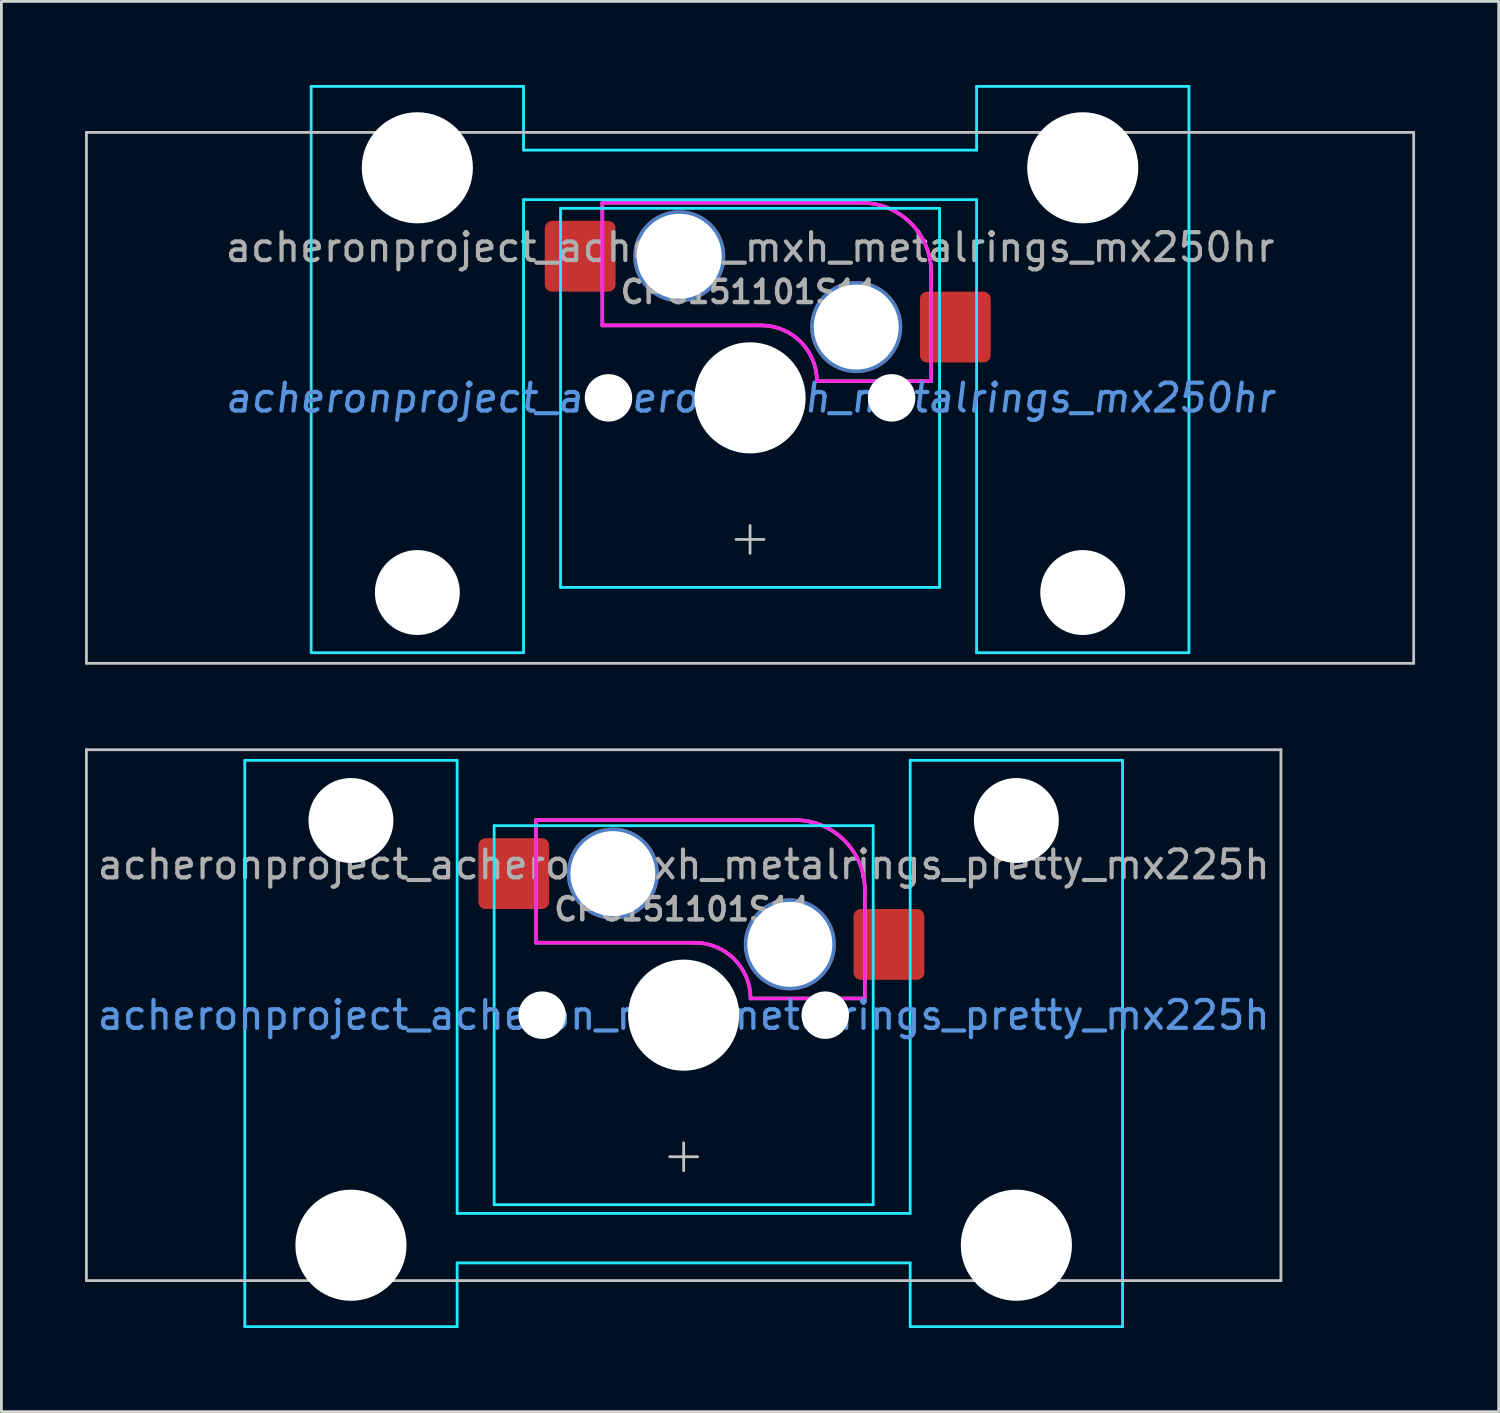
<source format=kicad_pcb>
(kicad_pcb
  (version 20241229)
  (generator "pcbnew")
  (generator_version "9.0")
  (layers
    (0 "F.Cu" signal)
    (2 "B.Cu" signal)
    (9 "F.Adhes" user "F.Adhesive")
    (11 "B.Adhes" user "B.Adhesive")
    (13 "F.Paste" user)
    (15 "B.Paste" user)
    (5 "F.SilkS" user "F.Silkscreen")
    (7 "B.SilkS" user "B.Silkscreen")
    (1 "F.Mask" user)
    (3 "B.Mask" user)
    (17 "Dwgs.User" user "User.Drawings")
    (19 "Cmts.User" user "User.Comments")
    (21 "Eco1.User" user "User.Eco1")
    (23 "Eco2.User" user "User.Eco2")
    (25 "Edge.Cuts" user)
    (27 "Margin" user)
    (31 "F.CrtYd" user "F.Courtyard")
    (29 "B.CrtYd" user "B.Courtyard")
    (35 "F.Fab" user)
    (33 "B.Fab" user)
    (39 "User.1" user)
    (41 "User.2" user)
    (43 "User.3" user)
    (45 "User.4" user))
  (footprint "acheronproject_acheron_mxh_metalrings_mx250hr"
    (layer "F.Cu")
    (at 23.863 11.226)
    (property "Reference" "acheronproject_acheron_mxh_metalrings_mx250hr" (at 0 0 0) (layer "Cmts.User") (effects (font (size 1 1) (thickness 0.15) (italic yes))))
    (attr smd)
    (fp_line (start -23.812 -9.525) (end -23.812 9.525) (stroke (width 0.1) (type solid)) (layer "Dwgs.User"))
    (fp_line (start -23.812 -9.525) (end 23.812 -9.525) (stroke (width 0.1) (type solid)) (layer "Dwgs.User"))
    (fp_line (start -23.812 9.525) (end 23.812 9.525) (stroke (width 0.1) (type solid)) (layer "Dwgs.User"))
    (fp_line (start -0.5 5.08) (end 0.5 5.08) (stroke (width 0.1) (type solid)) (layer "Dwgs.User"))
    (fp_line (start 0 5.58) (end 0 4.58) (stroke (width 0.1) (type solid)) (layer "Dwgs.User"))
    (fp_line (start 23.812 -9.525) (end 23.812 9.525) (stroke (width 0.1) (type solid)) (layer "Dwgs.User"))
    (fp_line (start -15.438 -8.515) (end -15.438 5.485) (stroke (width 0.1) (type solid)) (layer "Eco1.User"))
    (fp_line (start -14.938 -9.015) (end -8.938 -9.015) (stroke (width 0.1) (type solid)) (layer "Eco1.User"))
    (fp_line (start -8.938 5.985) (end -14.938 5.985) (stroke (width 0.1) (type solid)) (layer "Eco1.User"))
    (fp_line (start -8.438 5.485) (end -8.438 -8.515) (stroke (width 0.1) (type solid)) (layer "Eco1.User"))
    (fp_line (start -7 -6.5) (end -7 6.5) (stroke (width 0.1) (type solid)) (layer "Eco1.User"))
    (fp_line (start -6.5 7) (end 6.5 7) (stroke (width 0.1) (type solid)) (layer "Eco1.User"))
    (fp_line (start 6.5 -7) (end -6.5 -7) (stroke (width 0.1) (type solid)) (layer "Eco1.User"))
    (fp_line (start 7 6.5) (end 7 -6.5) (stroke (width 0.1) (type solid)) (layer "Eco1.User"))
    (fp_line (start 8.438 -8.515) (end 8.438 5.485) (stroke (width 0.1) (type solid)) (layer "Eco1.User"))
    (fp_line (start 8.938 -9.015) (end 14.938 -9.015) (stroke (width 0.1) (type solid)) (layer "Eco1.User"))
    (fp_line (start 14.938 5.985) (end 8.938 5.985) (stroke (width 0.1) (type solid)) (layer "Eco1.User"))
    (fp_line (start 15.438 5.485) (end 15.438 -8.515) (stroke (width 0.1) (type solid)) (layer "Eco1.User"))
    (fp_arc (start -15.438 -8.515) (mid -15.291553 -8.868553) (end -14.938 -9.015) (stroke (width 0.1) (type solid)) (layer "Eco1.User"))
    (fp_arc (start -14.938 5.985) (mid -15.291553 5.838553) (end -15.438 5.485) (stroke (width 0.1) (type solid)) (layer "Eco1.User"))
    (fp_arc (start -8.938 -9.015) (mid -8.584447 -8.868553) (end -8.438 -8.515) (stroke (width 0.1) (type solid)) (layer "Eco1.User"))
    (fp_arc (start -8.438 5.485) (mid -8.584447 5.838553) (end -8.938 5.985) (stroke (width 0.1) (type solid)) (layer "Eco1.User"))
    (fp_arc (start -7 -6.5) (mid -6.853553 -6.853553) (end -6.5 -7) (stroke (width 0.1) (type solid)) (layer "Eco1.User"))
    (fp_arc (start -6.5 7) (mid -6.853553 6.853553) (end -7 6.5) (stroke (width 0.1) (type solid)) (layer "Eco1.User"))
    (fp_arc (start 6.5 -7) (mid 6.853553 -6.853553) (end 7 -6.5) (stroke (width 0.1) (type solid)) (layer "Eco1.User"))
    (fp_arc (start 7 6.5) (mid 6.853553 6.853553) (end 6.5 7) (stroke (width 0.1) (type solid)) (layer "Eco1.User"))
    (fp_arc (start 8.438 -8.515) (mid 8.584447 -8.868553) (end 8.938 -9.015) (stroke (width 0.1) (type solid)) (layer "Eco1.User"))
    (fp_arc (start 8.938 5.985) (mid 8.584447 5.838553) (end 8.438 5.485) (stroke (width 0.1) (type solid)) (layer "Eco1.User"))
    (fp_arc (start 14.938 -9.015) (mid 15.291553 -8.868553) (end 15.438 -8.515) (stroke (width 0.1) (type solid)) (layer "Eco1.User"))
    (fp_arc (start 15.438 5.485) (mid 15.291553 5.838553) (end 14.938 5.985) (stroke (width 0.1) (type solid)) (layer "Eco1.User"))
    (fp_line (start -15.748 -11.176) (end -8.128 -11.176) (stroke (width 0.1) (type solid)) (layer "B.CrtYd"))
    (fp_line (start -15.748 9.144) (end -15.748 -11.176) (stroke (width 0.1) (type solid)) (layer "B.CrtYd"))
    (fp_line (start -8.128 -8.89) (end -8.128 -11.176) (stroke (width 0.1) (type solid)) (layer "B.CrtYd"))
    (fp_line (start -8.128 -7.112) (end -8.128 9.142) (stroke (width 0.1) (type solid)) (layer "B.CrtYd"))
    (fp_line (start -8.128 9.144) (end -15.748 9.144) (stroke (width 0.1) (type solid)) (layer "B.CrtYd"))
    (fp_line (start -6.8 -6.8) (end -6.8 6.8) (stroke (width 0.1) (type solid)) (layer "B.CrtYd"))
    (fp_line (start 6.8 -6.8) (end -6.8 -6.8) (stroke (width 0.1) (type solid)) (layer "B.CrtYd"))
    (fp_line (start 6.8 -6.8) (end 6.8 6.8) (stroke (width 0.1) (type solid)) (layer "B.CrtYd"))
    (fp_line (start 6.8 6.8) (end -6.8 6.8) (stroke (width 0.1) (type solid)) (layer "B.CrtYd"))
    (fp_line (start 8.128 -8.89) (end -8.128 -8.89) (stroke (width 0.1) (type solid)) (layer "B.CrtYd"))
    (fp_line (start 8.128 -8.89) (end 8.128 -11.176) (stroke (width 0.1) (type solid)) (layer "B.CrtYd"))
    (fp_line (start 8.128 -7.112) (end -8.128 -7.112) (stroke (width 0.1) (type solid)) (layer "B.CrtYd"))
    (fp_line (start 8.128 -7.112) (end 8.128 9.144) (stroke (width 0.1) (type solid)) (layer "B.CrtYd"))
    (fp_line (start 8.128 9.144) (end 15.748 9.144) (stroke (width 0.1) (type solid)) (layer "B.CrtYd"))
    (fp_line (start 15.748 -11.176) (end 8.128 -11.176) (stroke (width 0.1) (type solid)) (layer "B.CrtYd"))
    (fp_line (start 15.748 9.144) (end 15.748 -11.176) (stroke (width 0.1) (type solid)) (layer "B.CrtYd"))
    (fp_line (start -5.3 -7) (end -5.3 -2.6) (stroke (width 0.127) (type solid)) (layer "F.CrtYd"))
    (fp_line (start -5.2 -7) (end -5.3 -7) (stroke (width 0.12) (type solid)) (layer "F.CrtYd"))
    (fp_line (start 0.4 -2.6) (end -5.3 -2.6) (stroke (width 0.127) (type solid)) (layer "F.CrtYd"))
    (fp_line (start 4 -7) (end -5.2 -7) (stroke (width 0.12) (type solid)) (layer "F.CrtYd"))
    (fp_line (start 6.5 -4.5) (end 6.5 -0.6) (stroke (width 0.12) (type solid)) (layer "F.CrtYd"))
    (fp_line (start 6.5 -0.6) (end 2.4 -0.6) (stroke (width 0.12) (type solid)) (layer "F.CrtYd"))
    (fp_arc (start 0.4 -2.6) (mid 1.814214 -2.014214) (end 2.4 -0.6) (stroke (width 0.127) (type solid)) (layer "F.CrtYd"))
    (fp_arc (start 4 -7) (mid 5.767767 -6.267767) (end 6.5 -4.5) (stroke (width 0.127) (type solid)) (layer "F.CrtYd"))
    (fp_line (start -5.3 -7) (end -5.3 -2.6) (stroke (width 0.127) (type solid)) (layer "F.Fab"))
    (fp_line (start -5.3 -7) (end 4 -7) (stroke (width 0.127) (type solid)) (layer "F.Fab"))
    (fp_line (start -0.5 0) (end 0.5 0) (stroke (width 0.1) (type solid)) (layer "F.Fab"))
    (fp_line (start 0 0.5) (end 0 -0.5) (stroke (width 0.1) (type solid)) (layer "F.Fab"))
    (fp_line (start 0.4 -2.6) (end -5.3 -2.6) (stroke (width 0.127) (type solid)) (layer "F.Fab"))
    (fp_line (start 6.5 -4.5) (end 6.5 -0.6) (stroke (width 0.127) (type solid)) (layer "F.Fab"))
    (fp_line (start 6.5 -0.6) (end 2.4 -0.6) (stroke (width 0.127) (type solid)) (layer "F.Fab"))
    (fp_arc (start 0.400001 -2.600001) (mid 1.814214 -2.014214) (end 2.4 -0.6) (stroke (width 0.127) (type solid)) (layer "F.Fab"))
    (fp_arc (start 4.000001 -7.000001) (mid 5.767768 -6.267767) (end 6.5 -4.5) (stroke (width 0.127) (type solid)) (layer "F.Fab"))
    (fp_text user "${REFERENCE}" (at 0 -5.4 0) (layer "F.Fab") (effects (font (size 1 1) (thickness 0.15))))
    (fp_text user "CPG151101S11" (at 0 -3.8 0) (unlocked yes) (layer "F.Fab") (effects (font (size 0.8 0.8) (thickness 0.16))))
    (pad "" np_thru_hole circle (at -11.938 -8.255 180) (size 3.988 3.988) (drill 3.988) (layers "*.Cu" "*.Mask"))
    (pad "" np_thru_hole circle (at -11.938 6.985 180) (size 3.048 3.048) (drill 3.048) (layers "*.Cu" "*.Mask"))
    (pad "" np_thru_hole circle (at -5.08 0) (size 1.702 1.702) (drill 1.702) (layers "*.Cu" "*.Mask"))
    (pad "" np_thru_hole circle (at -2.54 -5.08) (size 3.302 3.302) (drill 3.048) (layers "*.Cu" "*.Mask"))
    (pad "" np_thru_hole circle (at 0 0) (size 3.988 3.988) (drill 3.988) (layers "*.Cu" "*.Mask"))
    (pad "" np_thru_hole circle (at 3.81 -2.54) (size 3.302 3.302) (drill 3.048) (layers "*.Cu" "*.Mask"))
    (pad "" np_thru_hole circle (at 5.08 0) (size 1.702 1.702) (drill 1.702) (layers "*.Cu" "*.Mask"))
    (pad "" np_thru_hole circle (at 11.938 -8.255 180) (size 3.988 3.988) (drill 3.988) (layers "*.Cu" "*.Mask"))
    (pad "" np_thru_hole circle (at 11.938 6.985 180) (size 3.048 3.048) (drill 3.048) (layers "*.Cu" "*.Mask"))
    (pad "1" smd roundrect (at -6.096 -5.08) (size 2.54 2.54) (layers "F.Cu" "F.Mask") (roundrect_rratio 0.1))
    (pad "2" smd roundrect (at 7.366 -2.54) (size 2.54 2.54) (layers "F.Cu" "F.Mask") (roundrect_rratio 0.1)))
  (footprint "acheronproject_acheron_mxh_metalrings_pretty_mx225h"
    (layer "F.Cu")
    (at 21.481 33.376)
    (property "Reference" "acheronproject_acheron_mxh_metalrings_pretty_mx225h" (at 0 0 0) (layer "Cmts.User") (effects (font (size 1 1) (thickness 0.15))))
    (attr smd)
    (fp_line (start -21.431 -9.525) (end -21.431 9.525) (stroke (width 0.1) (type solid)) (layer "Dwgs.User"))
    (fp_line (start -21.431 -9.525) (end 21.431 -9.525) (stroke (width 0.1) (type solid)) (layer "Dwgs.User"))
    (fp_line (start -21.431 9.525) (end 21.431 9.525) (stroke (width 0.1) (type solid)) (layer "Dwgs.User"))
    (fp_line (start -0.5 5.08) (end 0.5 5.08) (stroke (width 0.1) (type solid)) (layer "Dwgs.User"))
    (fp_line (start 0 5.58) (end 0 4.58) (stroke (width 0.1) (type solid)) (layer "Dwgs.User"))
    (fp_line (start 21.431 -9.525) (end 21.431 9.525) (stroke (width 0.1) (type solid)) (layer "Dwgs.User"))
    (fp_line (start -15.438 -5.485) (end -15.438 8.515) (stroke (width 0.1) (type solid)) (layer "Eco1.User"))
    (fp_line (start -14.938 -5.985) (end -8.938 -5.985) (stroke (width 0.1) (type solid)) (layer "Eco1.User"))
    (fp_line (start -8.938 9.015) (end -14.938 9.015) (stroke (width 0.1) (type solid)) (layer "Eco1.User"))
    (fp_line (start -8.438 8.515) (end -8.438 -5.485) (stroke (width 0.1) (type solid)) (layer "Eco1.User"))
    (fp_line (start -7 -6.5) (end -7 6.5) (stroke (width 0.1) (type solid)) (layer "Eco1.User"))
    (fp_line (start -6.5 7) (end 6.5 7) (stroke (width 0.1) (type solid)) (layer "Eco1.User"))
    (fp_line (start 6.5 -7) (end -6.5 -7) (stroke (width 0.1) (type solid)) (layer "Eco1.User"))
    (fp_line (start 7 6.5) (end 7 -6.5) (stroke (width 0.1) (type solid)) (layer "Eco1.User"))
    (fp_line (start 8.438 -5.485) (end 8.438 8.515) (stroke (width 0.1) (type solid)) (layer "Eco1.User"))
    (fp_line (start 8.938 -5.985) (end 14.938 -5.985) (stroke (width 0.1) (type solid)) (layer "Eco1.User"))
    (fp_line (start 14.938 9.015) (end 8.938 9.015) (stroke (width 0.1) (type solid)) (layer "Eco1.User"))
    (fp_line (start 15.438 8.515) (end 15.438 -5.485) (stroke (width 0.1) (type solid)) (layer "Eco1.User"))
    (fp_arc (start -15.438 -5.485) (mid -15.291553 -5.838553) (end -14.938 -5.985) (stroke (width 0.1) (type solid)) (layer "Eco1.User"))
    (fp_arc (start -14.938 9.015) (mid -15.291553 8.868553) (end -15.438 8.515) (stroke (width 0.1) (type solid)) (layer "Eco1.User"))
    (fp_arc (start -8.938 -5.985) (mid -8.584447 -5.838553) (end -8.438 -5.485) (stroke (width 0.1) (type solid)) (layer "Eco1.User"))
    (fp_arc (start -8.438 8.515) (mid -8.584447 8.868553) (end -8.938 9.015) (stroke (width 0.1) (type solid)) (layer "Eco1.User"))
    (fp_arc (start -7 -6.5) (mid -6.853553 -6.853553) (end -6.5 -7) (stroke (width 0.1) (type solid)) (layer "Eco1.User"))
    (fp_arc (start -6.5 7) (mid -6.853553 6.853553) (end -7 6.5) (stroke (width 0.1) (type solid)) (layer "Eco1.User"))
    (fp_arc (start 6.5 -7) (mid 6.853553 -6.853553) (end 7 -6.5) (stroke (width 0.1) (type solid)) (layer "Eco1.User"))
    (fp_arc (start 7 6.5) (mid 6.853553 6.853553) (end 6.5 7) (stroke (width 0.1) (type solid)) (layer "Eco1.User"))
    (fp_arc (start 8.438 -5.485) (mid 8.584447 -5.838553) (end 8.938 -5.985) (stroke (width 0.1) (type solid)) (layer "Eco1.User"))
    (fp_arc (start 8.938 9.015) (mid 8.584447 8.868553) (end 8.438 8.515) (stroke (width 0.1) (type solid)) (layer "Eco1.User"))
    (fp_arc (start 14.938 -5.985) (mid 15.291553 -5.838553) (end 15.438 -5.485) (stroke (width 0.1) (type solid)) (layer "Eco1.User"))
    (fp_arc (start 15.438 8.515) (mid 15.291553 8.868553) (end 14.938 9.015) (stroke (width 0.1) (type solid)) (layer "Eco1.User"))
    (fp_line (start -15.748 -9.144) (end -15.748 11.176) (stroke (width 0.1) (type solid)) (layer "B.CrtYd"))
    (fp_line (start -15.748 11.176) (end -8.128 11.176) (stroke (width 0.1) (type solid)) (layer "B.CrtYd"))
    (fp_line (start -8.128 -9.144) (end -15.748 -9.144) (stroke (width 0.1) (type solid)) (layer "B.CrtYd"))
    (fp_line (start -8.128 7.112) (end -8.128 -9.144) (stroke (width 0.1) (type solid)) (layer "B.CrtYd"))
    (fp_line (start -8.128 7.112) (end 8.128 7.112) (stroke (width 0.1) (type solid)) (layer "B.CrtYd"))
    (fp_line (start -8.128 8.89) (end -8.128 11.176) (stroke (width 0.1) (type solid)) (layer "B.CrtYd"))
    (fp_line (start -8.128 8.89) (end 8.128 8.89) (stroke (width 0.1) (type solid)) (layer "B.CrtYd"))
    (fp_line (start -6.8 -6.8) (end -6.8 6.8) (stroke (width 0.1) (type solid)) (layer "B.CrtYd"))
    (fp_line (start 6.8 -6.8) (end -6.8 -6.8) (stroke (width 0.1) (type solid)) (layer "B.CrtYd"))
    (fp_line (start 6.8 -6.8) (end 6.8 6.8) (stroke (width 0.1) (type solid)) (layer "B.CrtYd"))
    (fp_line (start 6.8 6.8) (end -6.8 6.8) (stroke (width 0.1) (type solid)) (layer "B.CrtYd"))
    (fp_line (start 8.128 -9.144) (end 15.748 -9.144) (stroke (width 0.1) (type solid)) (layer "B.CrtYd"))
    (fp_line (start 8.128 7.112) (end 8.128 -9.142) (stroke (width 0.1) (type solid)) (layer "B.CrtYd"))
    (fp_line (start 8.128 8.89) (end 8.128 11.176) (stroke (width 0.1) (type solid)) (layer "B.CrtYd"))
    (fp_line (start 15.748 11.176) (end 8.128 11.176) (stroke (width 0.1) (type solid)) (layer "B.CrtYd"))
    (fp_line (start 15.748 11.176) (end 15.748 -9.144) (stroke (width 0.1) (type solid)) (layer "B.CrtYd"))
    (fp_line (start -5.3 -7) (end -5.3 -2.6) (stroke (width 0.127) (type solid)) (layer "F.CrtYd"))
    (fp_line (start -5.2 -7) (end -5.3 -7) (stroke (width 0.12) (type solid)) (layer "F.CrtYd"))
    (fp_line (start 0.4 -2.6) (end -5.3 -2.6) (stroke (width 0.127) (type solid)) (layer "F.CrtYd"))
    (fp_line (start 4 -7) (end -5.2 -7) (stroke (width 0.12) (type solid)) (layer "F.CrtYd"))
    (fp_line (start 6.5 -4.5) (end 6.5 -0.6) (stroke (width 0.12) (type solid)) (layer "F.CrtYd"))
    (fp_line (start 6.5 -0.6) (end 2.4 -0.6) (stroke (width 0.12) (type solid)) (layer "F.CrtYd"))
    (fp_arc (start 0.4 -2.6) (mid 1.814214 -2.014214) (end 2.4 -0.6) (stroke (width 0.127) (type solid)) (layer "F.CrtYd"))
    (fp_arc (start 4 -7) (mid 5.767767 -6.267767) (end 6.5 -4.5) (stroke (width 0.127) (type solid)) (layer "F.CrtYd"))
    (fp_line (start -5.3 -7) (end -5.3 -2.6) (stroke (width 0.127) (type solid)) (layer "F.Fab"))
    (fp_line (start -5.3 -7) (end 4 -7) (stroke (width 0.127) (type solid)) (layer "F.Fab"))
    (fp_line (start -0.5 0) (end 0.5 0) (stroke (width 0.1) (type solid)) (layer "F.Fab"))
    (fp_line (start 0 0.5) (end 0 -0.5) (stroke (width 0.1) (type solid)) (layer "F.Fab"))
    (fp_line (start 0.4 -2.6) (end -5.3 -2.6) (stroke (width 0.127) (type solid)) (layer "F.Fab"))
    (fp_line (start 6.5 -4.5) (end 6.5 -0.6) (stroke (width 0.127) (type solid)) (layer "F.Fab"))
    (fp_line (start 6.5 -0.6) (end 2.4 -0.6) (stroke (width 0.127) (type solid)) (layer "F.Fab"))
    (fp_arc (start 0.400001 -2.600001) (mid 1.814214 -2.014214) (end 2.4 -0.6) (stroke (width 0.127) (type solid)) (layer "F.Fab"))
    (fp_arc (start 4.000001 -7.000001) (mid 5.767768 -6.267767) (end 6.5 -4.5) (stroke (width 0.127) (type solid)) (layer "F.Fab"))
    (fp_text user "${REFERENCE}" (at 0 -5.4 0) (layer "F.Fab") (effects (font (size 1 1) (thickness 0.15))))
    (fp_text user "CPG151101S11" (at 0 -3.8 0) (unlocked yes) (layer "F.Fab") (effects (font (size 0.8 0.8) (thickness 0.16))))
    (pad "" np_thru_hole circle (at -11.938 -6.985) (size 3.048 3.048) (drill 3.048) (layers "*.Cu" "*.Mask"))
    (pad "" np_thru_hole circle (at -11.938 8.255) (size 3.988 3.988) (drill 3.988) (layers "*.Cu" "*.Mask"))
    (pad "" np_thru_hole circle (at -5.08 0) (size 1.702 1.702) (drill 1.702) (layers "*.Cu" "*.Mask"))
    (pad "" np_thru_hole circle (at -2.54 -5.08) (size 3.302 3.302) (drill 3.048) (layers "*.Cu" "*.Mask"))
    (pad "" np_thru_hole circle (at 0 0) (size 3.988 3.988) (drill 3.988) (layers "*.Cu" "*.Mask"))
    (pad "" np_thru_hole circle (at 3.81 -2.54) (size 3.302 3.302) (drill 3.048) (layers "*.Cu" "*.Mask"))
    (pad "" np_thru_hole circle (at 5.08 0) (size 1.702 1.702) (drill 1.702) (layers "*.Cu" "*.Mask"))
    (pad "" np_thru_hole circle (at 11.938 -6.985) (size 3.048 3.048) (drill 3.048) (layers "*.Cu" "*.Mask"))
    (pad "" np_thru_hole circle (at 11.938 8.255) (size 3.988 3.988) (drill 3.988) (layers "*.Cu" "*.Mask"))
    (pad "1" smd roundrect (at -6.096 -5.08) (size 2.54 2.54) (layers "F.Cu" "F.Mask") (roundrect_rratio 0.1))
    (pad "2" smd roundrect (at 7.366 -2.54) (size 2.54 2.54) (layers "F.Cu" "F.Mask") (roundrect_rratio 0.1)))
  (gr_rect
    (start -3 -3)
    (end 50.725 47.602)
    (stroke (width 0.1) (type default))
    (fill no)
    (layer "Edge.Cuts")))
</source>
